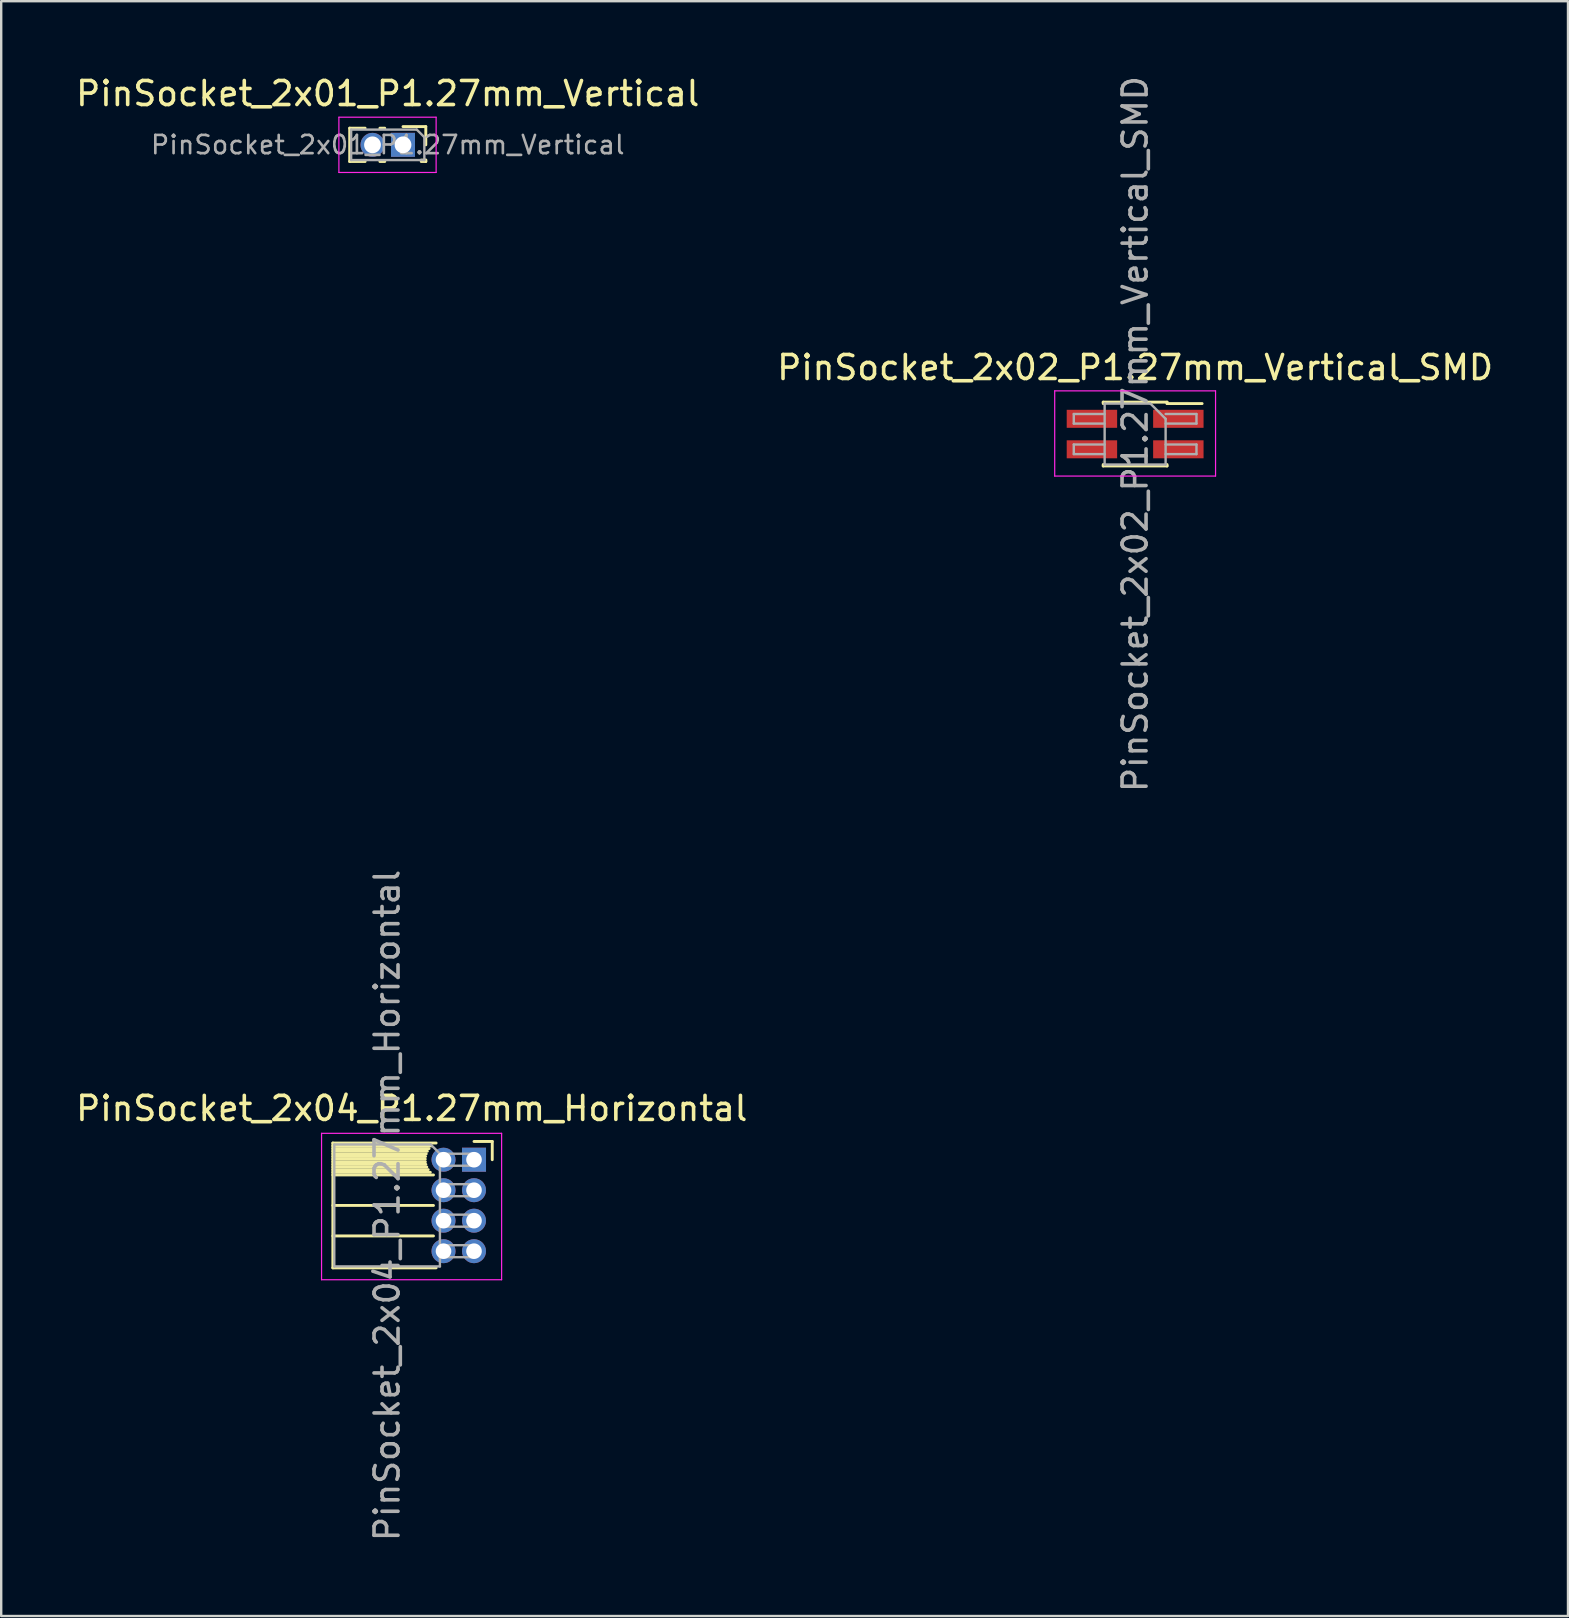
<source format=kicad_pcb>
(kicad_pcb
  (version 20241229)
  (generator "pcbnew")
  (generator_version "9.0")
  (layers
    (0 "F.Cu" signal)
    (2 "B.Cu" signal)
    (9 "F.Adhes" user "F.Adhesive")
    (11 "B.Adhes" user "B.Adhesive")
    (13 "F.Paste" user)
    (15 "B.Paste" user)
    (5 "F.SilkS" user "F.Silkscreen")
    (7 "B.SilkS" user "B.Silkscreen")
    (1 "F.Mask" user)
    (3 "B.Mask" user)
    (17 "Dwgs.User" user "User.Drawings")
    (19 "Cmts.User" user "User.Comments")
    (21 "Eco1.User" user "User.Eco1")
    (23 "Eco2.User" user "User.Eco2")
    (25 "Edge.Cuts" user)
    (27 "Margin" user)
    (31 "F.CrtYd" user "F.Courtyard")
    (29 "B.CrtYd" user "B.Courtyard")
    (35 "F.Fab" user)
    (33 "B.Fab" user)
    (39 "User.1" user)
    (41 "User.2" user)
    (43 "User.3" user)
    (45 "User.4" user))
  (footprint "PinSocket_2x01_P1.27mm_Vertical"
    (layer "F.Cu")
    (at 13.736 2.983)
    (property "Reference" "PinSocket_2x01_P1.27mm_Vertical" (at -0.635 -2.135 0) (layer "F.SilkS") (effects (font (size 1 1) (thickness 0.15))))
    (attr through_hole)
    (fp_line (start -2.22 -0.695) (end -2.22 0.695) (stroke (width 0.12) (type solid)) (layer "F.SilkS"))
    (fp_line (start -2.22 -0.695) (end -1.578 -0.695) (stroke (width 0.12) (type solid)) (layer "F.SilkS"))
    (fp_line (start -2.22 0.695) (end -1.578 0.695) (stroke (width 0.12) (type solid)) (layer "F.SilkS"))
    (fp_line (start -0.962 -0.695) (end -0.76 -0.695) (stroke (width 0.12) (type solid)) (layer "F.SilkS"))
    (fp_line (start -0.962 0.695) (end -0.76 0.695) (stroke (width 0.12) (type solid)) (layer "F.SilkS"))
    (fp_line (start 0 -0.76) (end 0.95 -0.76) (stroke (width 0.12) (type solid)) (layer "F.SilkS"))
    (fp_line (start 0.76 0.635) (end 0.95 0.635) (stroke (width 0.12) (type solid)) (layer "F.SilkS"))
    (fp_line (start 0.76 0.695) (end 0.95 0.695) (stroke (width 0.12) (type solid)) (layer "F.SilkS"))
    (fp_line (start 0.95 -0.76) (end 0.95 0) (stroke (width 0.12) (type solid)) (layer "F.SilkS"))
    (fp_line (start 0.95 0.635) (end 0.95 0.695) (stroke (width 0.12) (type solid)) (layer "F.SilkS"))
    (fp_line (start -2.67 -1.15) (end 1.38 -1.15) (stroke (width 0.05) (type solid)) (layer "F.CrtYd"))
    (fp_line (start -2.67 1.15) (end -2.67 -1.15) (stroke (width 0.05) (type solid)) (layer "F.CrtYd"))
    (fp_line (start 1.38 -1.15) (end 1.38 1.15) (stroke (width 0.05) (type solid)) (layer "F.CrtYd"))
    (fp_line (start 1.38 1.15) (end -2.67 1.15) (stroke (width 0.05) (type solid)) (layer "F.CrtYd"))
    (fp_line (start -2.16 -0.635) (end 0.573 -0.635) (stroke (width 0.1) (type solid)) (layer "F.Fab"))
    (fp_line (start -2.16 0.635) (end -2.16 -0.635) (stroke (width 0.1) (type solid)) (layer "F.Fab"))
    (fp_line (start 0.573 -0.635) (end 0.89 -0.318) (stroke (width 0.1) (type solid)) (layer "F.Fab"))
    (fp_line (start 0.89 -0.318) (end 0.89 0.635) (stroke (width 0.1) (type solid)) (layer "F.Fab"))
    (fp_line (start 0.89 0.635) (end -2.16 0.635) (stroke (width 0.1) (type solid)) (layer "F.Fab"))
    (fp_text user "${REFERENCE}" (at -0.635 0 0) (layer "F.Fab") (effects (font (size 0.76 0.76) (thickness 0.11))))
    (pad "1" thru_hole rect (at 0 0) (size 1 1) (drill 0.7) (layers "*.Cu" "*.Mask"))
    (pad "2" thru_hole oval (at -1.27 0) (size 1 1) (drill 0.7) (layers "*.Cu" "*.Mask")))
  (footprint "PinSocket_2x04_P1.27mm_Horizontal"
    (layer "F.Cu")
    (at 16.694 45.256)
    (property "Reference" "PinSocket_2x04_P1.27mm_Horizontal" (at -2.592 -2.135 0) (layer "F.SilkS") (effects (font (size 1 1) (thickness 0.15))))
    (attr through_hole)
    (fp_line (start -5.88 -0.695) (end -5.88 4.505) (stroke (width 0.12) (type solid)) (layer "F.SilkS"))
    (fp_line (start -5.88 -0.695) (end -1.578 -0.695) (stroke (width 0.12) (type solid)) (layer "F.SilkS"))
    (fp_line (start -5.88 -0.575) (end -1.767 -0.575) (stroke (width 0.12) (type solid)) (layer "F.SilkS"))
    (fp_line (start -5.88 -0.465) (end -1.871 -0.465) (stroke (width 0.12) (type solid)) (layer "F.SilkS"))
    (fp_line (start -5.88 -0.355) (end -1.942 -0.355) (stroke (width 0.12) (type solid)) (layer "F.SilkS"))
    (fp_line (start -5.88 -0.245) (end -1.989 -0.245) (stroke (width 0.12) (type solid)) (layer "F.SilkS"))
    (fp_line (start -5.88 -0.135) (end -2.018 -0.135) (stroke (width 0.12) (type solid)) (layer "F.SilkS"))
    (fp_line (start -5.88 -0.025) (end -2.03 -0.025) (stroke (width 0.12) (type solid)) (layer "F.SilkS"))
    (fp_line (start -5.88 0.085) (end -2.025 0.085) (stroke (width 0.12) (type solid)) (layer "F.SilkS"))
    (fp_line (start -5.88 0.195) (end -2.005 0.195) (stroke (width 0.12) (type solid)) (layer "F.SilkS"))
    (fp_line (start -5.88 0.305) (end -1.966 0.305) (stroke (width 0.12) (type solid)) (layer "F.SilkS"))
    (fp_line (start -5.88 0.415) (end -1.907 0.415) (stroke (width 0.12) (type solid)) (layer "F.SilkS"))
    (fp_line (start -5.88 0.525) (end -1.82 0.525) (stroke (width 0.12) (type solid)) (layer "F.SilkS"))
    (fp_line (start -5.88 0.635) (end -1.688 0.635) (stroke (width 0.12) (type solid)) (layer "F.SilkS"))
    (fp_line (start -5.88 1.905) (end -1.688 1.905) (stroke (width 0.12) (type solid)) (layer "F.SilkS"))
    (fp_line (start -5.88 3.175) (end -1.688 3.175) (stroke (width 0.12) (type solid)) (layer "F.SilkS"))
    (fp_line (start -5.88 4.505) (end -1.578 4.505) (stroke (width 0.12) (type solid)) (layer "F.SilkS"))
    (fp_line (start 0 -0.76) (end 0.76 -0.76) (stroke (width 0.12) (type solid)) (layer "F.SilkS"))
    (fp_line (start 0.76 -0.76) (end 0.76 0) (stroke (width 0.12) (type solid)) (layer "F.SilkS"))
    (fp_line (start -6.35 -1.1) (end -6.35 5) (stroke (width 0.05) (type solid)) (layer "F.CrtYd"))
    (fp_line (start -6.35 5) (end 1.15 5) (stroke (width 0.05) (type solid)) (layer "F.CrtYd"))
    (fp_line (start 1.15 -1.1) (end -6.35 -1.1) (stroke (width 0.05) (type solid)) (layer "F.CrtYd"))
    (fp_line (start 1.15 5) (end 1.15 -1.1) (stroke (width 0.05) (type solid)) (layer "F.CrtYd"))
    (fp_line (start -5.82 -0.635) (end -1.805 -0.635) (stroke (width 0.1) (type solid)) (layer "F.Fab"))
    (fp_line (start -5.82 4.445) (end -5.82 -0.635) (stroke (width 0.1) (type solid)) (layer "F.Fab"))
    (fp_line (start -1.805 -0.635) (end -1.42 -0.25) (stroke (width 0.1) (type solid)) (layer "F.Fab"))
    (fp_line (start -1.42 -0.25) (end -1.42 4.445) (stroke (width 0.1) (type solid)) (layer "F.Fab"))
    (fp_line (start -1.42 0.25) (end 0 0.25) (stroke (width 0.1) (type solid)) (layer "F.Fab"))
    (fp_line (start -1.42 1.52) (end 0 1.52) (stroke (width 0.1) (type solid)) (layer "F.Fab"))
    (fp_line (start -1.42 2.79) (end 0 2.79) (stroke (width 0.1) (type solid)) (layer "F.Fab"))
    (fp_line (start -1.42 4.06) (end 0 4.06) (stroke (width 0.1) (type solid)) (layer "F.Fab"))
    (fp_line (start -1.42 4.445) (end -5.82 4.445) (stroke (width 0.1) (type solid)) (layer "F.Fab"))
    (fp_line (start 0 -0.25) (end -1.42 -0.25) (stroke (width 0.1) (type solid)) (layer "F.Fab"))
    (fp_line (start 0 0.25) (end 0 -0.25) (stroke (width 0.1) (type solid)) (layer "F.Fab"))
    (fp_line (start 0 1.02) (end -1.42 1.02) (stroke (width 0.1) (type solid)) (layer "F.Fab"))
    (fp_line (start 0 1.52) (end 0 1.02) (stroke (width 0.1) (type solid)) (layer "F.Fab"))
    (fp_line (start 0 2.29) (end -1.42 2.29) (stroke (width 0.1) (type solid)) (layer "F.Fab"))
    (fp_line (start 0 2.79) (end 0 2.29) (stroke (width 0.1) (type solid)) (layer "F.Fab"))
    (fp_line (start 0 3.56) (end -1.42 3.56) (stroke (width 0.1) (type solid)) (layer "F.Fab"))
    (fp_line (start 0 4.06) (end 0 3.56) (stroke (width 0.1) (type solid)) (layer "F.Fab"))
    (fp_text user "${REFERENCE}" (at -3.62 1.905 90) (layer "F.Fab") (effects (font (size 1 1) (thickness 0.15))))
    (pad "1" thru_hole rect (at 0 0) (size 1 1) (drill 0.65) (layers "*.Cu" "*.Mask"))
    (pad "2" thru_hole oval (at -1.27 0) (size 1 1) (drill 0.65) (layers "*.Cu" "*.Mask"))
    (pad "3" thru_hole oval (at 0 1.27) (size 1 1) (drill 0.65) (layers "*.Cu" "*.Mask"))
    (pad "4" thru_hole oval (at -1.27 1.27) (size 1 1) (drill 0.65) (layers "*.Cu" "*.Mask"))
    (pad "5" thru_hole oval (at 0 2.54) (size 1 1) (drill 0.65) (layers "*.Cu" "*.Mask"))
    (pad "6" thru_hole oval (at -1.27 2.54) (size 1 1) (drill 0.65) (layers "*.Cu" "*.Mask"))
    (pad "7" thru_hole oval (at 0 3.81) (size 1 1) (drill 0.65) (layers "*.Cu" "*.Mask"))
    (pad "8" thru_hole oval (at -1.27 3.81) (size 1 1) (drill 0.65) (layers "*.Cu" "*.Mask")))
  (footprint "PinSocket_2x02_P1.27mm_Vertical_SMD"
    (layer "F.Cu")
    (at 44.232 15.03)
    (property "Reference" "PinSocket_2x02_P1.27mm_Vertical_SMD" (at 0 -2.77 0) (layer "F.SilkS") (effects (font (size 1 1) (thickness 0.15))))
    (attr smd)
    (fp_line (start -1.33 -1.33) (end -1.33 -1.27) (stroke (width 0.12) (type solid)) (layer "F.SilkS"))
    (fp_line (start -1.33 -1.33) (end 1.33 -1.33) (stroke (width 0.12) (type solid)) (layer "F.SilkS"))
    (fp_line (start -1.33 1.27) (end -1.33 1.33) (stroke (width 0.12) (type solid)) (layer "F.SilkS"))
    (fp_line (start -1.33 1.33) (end 1.33 1.33) (stroke (width 0.12) (type solid)) (layer "F.SilkS"))
    (fp_line (start 1.33 -1.33) (end 1.33 -1.27) (stroke (width 0.12) (type solid)) (layer "F.SilkS"))
    (fp_line (start 1.33 -1.27) (end 2.79 -1.27) (stroke (width 0.12) (type solid)) (layer "F.SilkS"))
    (fp_line (start 1.33 1.27) (end 1.33 1.33) (stroke (width 0.12) (type solid)) (layer "F.SilkS"))
    (fp_line (start -3.35 -1.8) (end 3.35 -1.8) (stroke (width 0.05) (type solid)) (layer "F.CrtYd"))
    (fp_line (start -3.35 1.75) (end -3.35 -1.8) (stroke (width 0.05) (type solid)) (layer "F.CrtYd"))
    (fp_line (start 3.35 -1.8) (end 3.35 1.75) (stroke (width 0.05) (type solid)) (layer "F.CrtYd"))
    (fp_line (start 3.35 1.75) (end -3.35 1.75) (stroke (width 0.05) (type solid)) (layer "F.CrtYd"))
    (fp_line (start -2.555 -0.835) (end -1.27 -0.835) (stroke (width 0.1) (type solid)) (layer "F.Fab"))
    (fp_line (start -2.555 -0.435) (end -2.555 -0.835) (stroke (width 0.1) (type solid)) (layer "F.Fab"))
    (fp_line (start -2.555 0.435) (end -1.27 0.435) (stroke (width 0.1) (type solid)) (layer "F.Fab"))
    (fp_line (start -2.555 0.835) (end -2.555 0.435) (stroke (width 0.1) (type solid)) (layer "F.Fab"))
    (fp_line (start -1.27 -1.27) (end 0.635 -1.27) (stroke (width 0.1) (type solid)) (layer "F.Fab"))
    (fp_line (start -1.27 -0.435) (end -2.555 -0.435) (stroke (width 0.1) (type solid)) (layer "F.Fab"))
    (fp_line (start -1.27 0.835) (end -2.555 0.835) (stroke (width 0.1) (type solid)) (layer "F.Fab"))
    (fp_line (start -1.27 1.27) (end -1.27 -1.27) (stroke (width 0.1) (type solid)) (layer "F.Fab"))
    (fp_line (start 0.635 -1.27) (end 1.27 -0.635) (stroke (width 0.1) (type solid)) (layer "F.Fab"))
    (fp_line (start 1.27 -0.835) (end 2.555 -0.835) (stroke (width 0.1) (type solid)) (layer "F.Fab"))
    (fp_line (start 1.27 -0.635) (end 1.27 1.27) (stroke (width 0.1) (type solid)) (layer "F.Fab"))
    (fp_line (start 1.27 0.435) (end 2.555 0.435) (stroke (width 0.1) (type solid)) (layer "F.Fab"))
    (fp_line (start 1.27 1.27) (end -1.27 1.27) (stroke (width 0.1) (type solid)) (layer "F.Fab"))
    (fp_line (start 2.555 -0.835) (end 2.555 -0.435) (stroke (width 0.1) (type solid)) (layer "F.Fab"))
    (fp_line (start 2.555 -0.435) (end 1.27 -0.435) (stroke (width 0.1) (type solid)) (layer "F.Fab"))
    (fp_line (start 2.555 0.435) (end 2.555 0.835) (stroke (width 0.1) (type solid)) (layer "F.Fab"))
    (fp_line (start 2.555 0.835) (end 1.27 0.835) (stroke (width 0.1) (type solid)) (layer "F.Fab"))
    (fp_text user "${REFERENCE}" (at 0 0 90) (layer "F.Fab") (effects (font (size 1 1) (thickness 0.15))))
    (pad "1" smd rect (at 1.8 -0.635) (size 2.1 0.75) (layers "F.Cu" "F.Mask" "F.Paste"))
    (pad "2" smd rect (at -1.8 -0.635) (size 2.1 0.75) (layers "F.Cu" "F.Mask" "F.Paste"))
    (pad "3" smd rect (at 1.8 0.635) (size 2.1 0.75) (layers "F.Cu" "F.Mask" "F.Paste"))
    (pad "4" smd rect (at -1.8 0.635) (size 2.1 0.75) (layers "F.Cu" "F.Mask" "F.Paste")))
  (gr_rect
    (start -3 -3)
    (end 62.262 64.262)
    (stroke (width 0.1) (type default))
    (fill no)
    (layer "Edge.Cuts")))
</source>
